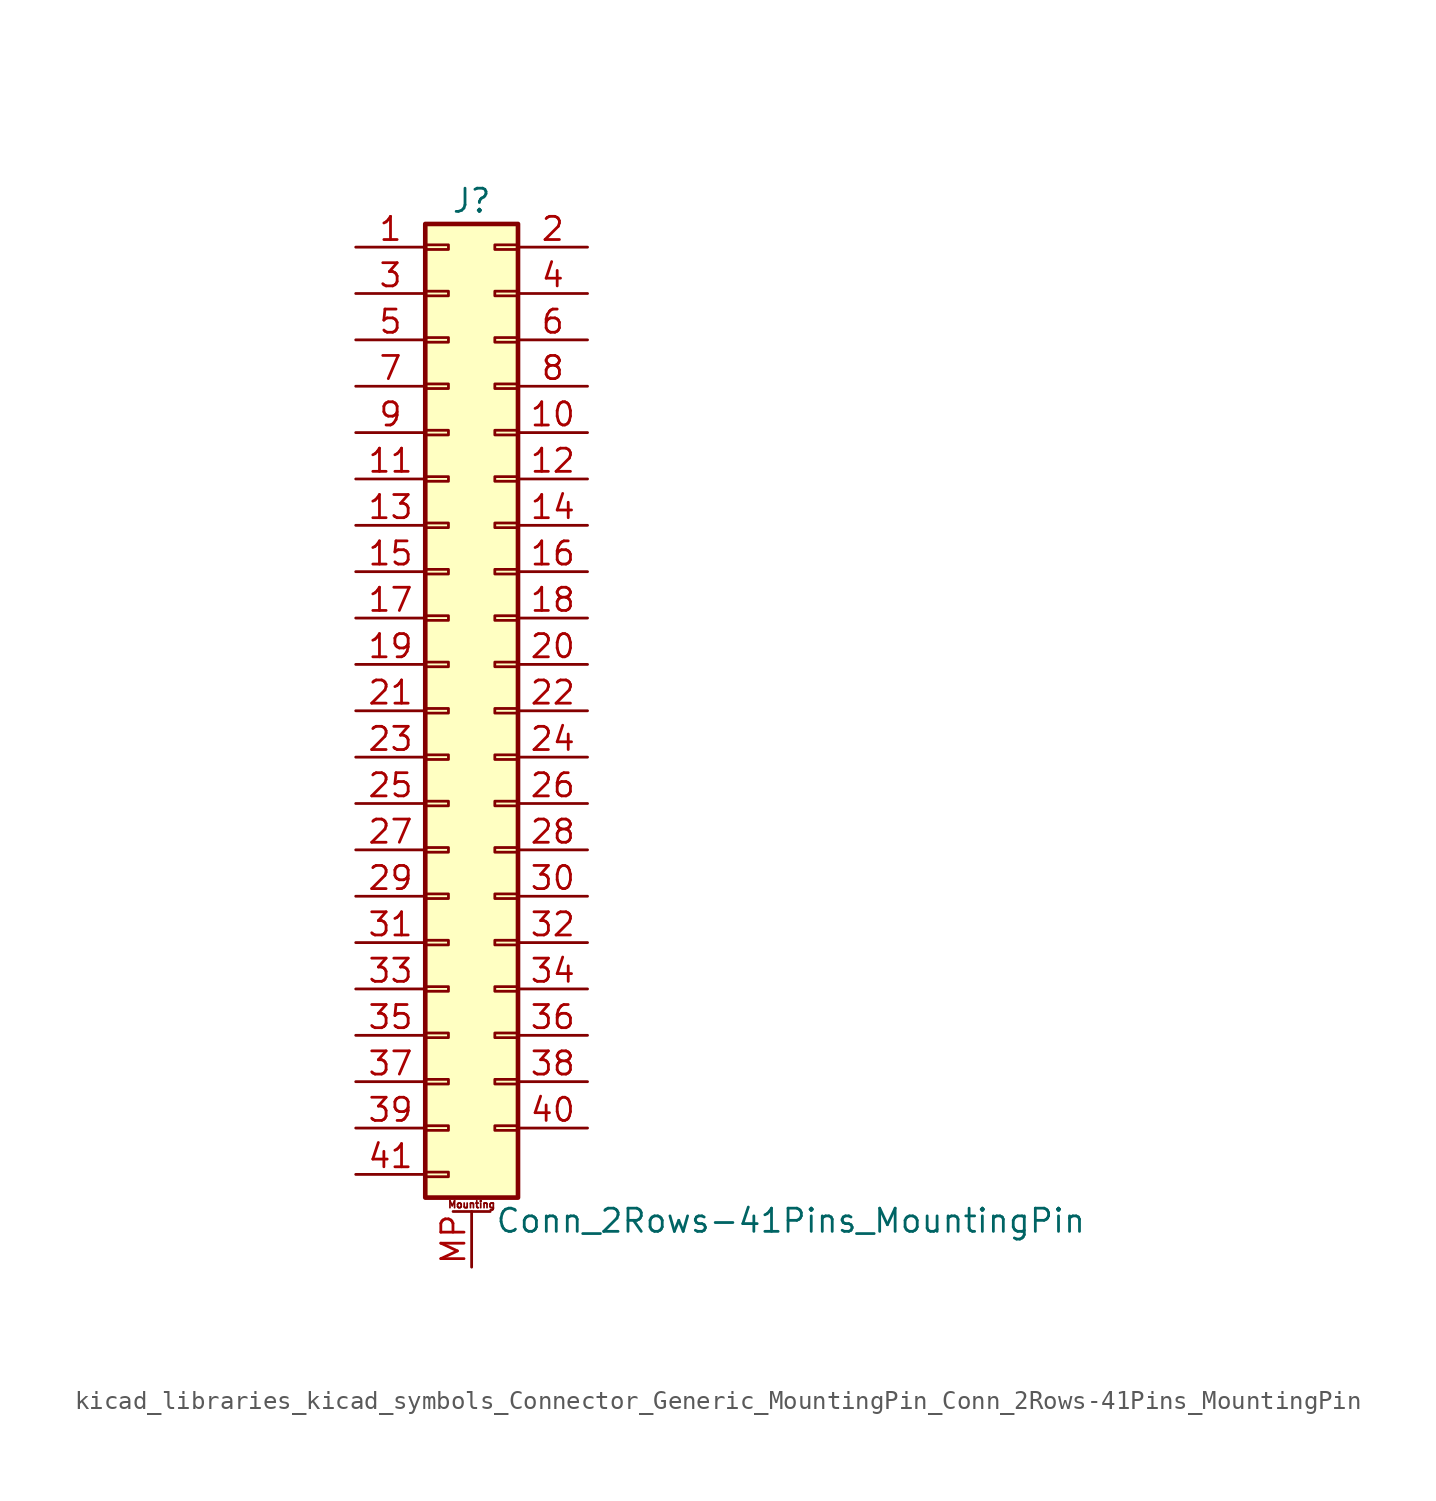
<source format=kicad_sym>
(kicad_symbol_lib
  (version 20220914)
  (generator kicad_symbol_editor)
  (symbol "kicad_libraries_kicad_symbols_Connector_Generic_MountingPin_Conn_2Rows-41Pins_MountingPin"
    (pin_names
      (offset 1.016) hide)
    (property "Reference" "J"
      (at 1.27 27.94 0)
      (effects (font (size 1.27 1.27))))
    (property "Value" "Conn_2Rows-41Pins_MountingPin"
      (at 2.54 -27.94 0)
      (effects (font (size 1.27 1.27)) (justify left)))
    (symbol "kicad_libraries_kicad_symbols_Connector_Generic_MountingPin_Conn_2Rows-41Pins_MountingPin_1_1"
      (rectangle (start -1.27 -25.273) (end 0 -25.527) (stroke (width 0.152) (type default)) (fill (type none)))
      (rectangle (start -1.27 -22.733) (end 0 -22.987) (stroke (width 0.152) (type default)) (fill (type none)))
      (rectangle (start -1.27 -20.193) (end 0 -20.447) (stroke (width 0.152) (type default)) (fill (type none)))
      (rectangle (start -1.27 -17.653) (end 0 -17.907) (stroke (width 0.152) (type default)) (fill (type none)))
      (rectangle (start -1.27 -15.113) (end 0 -15.367) (stroke (width 0.152) (type default)) (fill (type none)))
      (rectangle (start -1.27 -12.573) (end 0 -12.827) (stroke (width 0.152) (type default)) (fill (type none)))
      (rectangle (start -1.27 -10.033) (end 0 -10.287) (stroke (width 0.152) (type default)) (fill (type none)))
      (rectangle (start -1.27 -7.493) (end 0 -7.747) (stroke (width 0.152) (type default)) (fill (type none)))
      (rectangle (start -1.27 -4.953) (end 0 -5.207) (stroke (width 0.152) (type default)) (fill (type none)))
      (rectangle (start -1.27 -2.413) (end 0 -2.667) (stroke (width 0.152) (type default)) (fill (type none)))
      (rectangle (start -1.27 0.127) (end 0 -0.127) (stroke (width 0.152) (type default)) (fill (type none)))
      (rectangle (start -1.27 2.667) (end 0 2.413) (stroke (width 0.152) (type default)) (fill (type none)))
      (rectangle (start -1.27 5.207) (end 0 4.953) (stroke (width 0.152) (type default)) (fill (type none)))
      (rectangle (start -1.27 7.747) (end 0 7.493) (stroke (width 0.152) (type default)) (fill (type none)))
      (rectangle (start -1.27 10.287) (end 0 10.033) (stroke (width 0.152) (type default)) (fill (type none)))
      (rectangle (start -1.27 12.827) (end 0 12.573) (stroke (width 0.152) (type default)) (fill (type none)))
      (rectangle (start -1.27 15.367) (end 0 15.113) (stroke (width 0.152) (type default)) (fill (type none)))
      (rectangle (start -1.27 17.907) (end 0 17.653) (stroke (width 0.152) (type default)) (fill (type none)))
      (rectangle (start -1.27 20.447) (end 0 20.193) (stroke (width 0.152) (type default)) (fill (type none)))
      (rectangle (start -1.27 22.987) (end 0 22.733) (stroke (width 0.152) (type default)) (fill (type none)))
      (rectangle (start -1.27 25.527) (end 0 25.273) (stroke (width 0.152) (type default)) (fill (type none)))
      (rectangle (start -1.27 26.67) (end 3.81 -26.67) (stroke (width 0.254) (type default)) (fill (type background)))
      (polyline (pts (xy 0.254 -27.432) (xy 2.286 -27.432)) (stroke (width 0.152) (type default)) (fill (type none)))
      (rectangle (start 3.81 -22.733) (end 2.54 -22.987) (stroke (width 0.152) (type default)) (fill (type none)))
      (rectangle (start 3.81 -20.193) (end 2.54 -20.447) (stroke (width 0.152) (type default)) (fill (type none)))
      (rectangle (start 3.81 -17.653) (end 2.54 -17.907) (stroke (width 0.152) (type default)) (fill (type none)))
      (rectangle (start 3.81 -15.113) (end 2.54 -15.367) (stroke (width 0.152) (type default)) (fill (type none)))
      (rectangle (start 3.81 -12.573) (end 2.54 -12.827) (stroke (width 0.152) (type default)) (fill (type none)))
      (rectangle (start 3.81 -10.033) (end 2.54 -10.287) (stroke (width 0.152) (type default)) (fill (type none)))
      (rectangle (start 3.81 -7.493) (end 2.54 -7.747) (stroke (width 0.152) (type default)) (fill (type none)))
      (rectangle (start 3.81 -4.953) (end 2.54 -5.207) (stroke (width 0.152) (type default)) (fill (type none)))
      (rectangle (start 3.81 -2.413) (end 2.54 -2.667) (stroke (width 0.152) (type default)) (fill (type none)))
      (rectangle (start 3.81 0.127) (end 2.54 -0.127) (stroke (width 0.152) (type default)) (fill (type none)))
      (rectangle (start 3.81 2.667) (end 2.54 2.413) (stroke (width 0.152) (type default)) (fill (type none)))
      (rectangle (start 3.81 5.207) (end 2.54 4.953) (stroke (width 0.152) (type default)) (fill (type none)))
      (rectangle (start 3.81 7.747) (end 2.54 7.493) (stroke (width 0.152) (type default)) (fill (type none)))
      (rectangle (start 3.81 10.287) (end 2.54 10.033) (stroke (width 0.152) (type default)) (fill (type none)))
      (rectangle (start 3.81 12.827) (end 2.54 12.573) (stroke (width 0.152) (type default)) (fill (type none)))
      (rectangle (start 3.81 15.367) (end 2.54 15.113) (stroke (width 0.152) (type default)) (fill (type none)))
      (rectangle (start 3.81 17.907) (end 2.54 17.653) (stroke (width 0.152) (type default)) (fill (type none)))
      (rectangle (start 3.81 20.447) (end 2.54 20.193) (stroke (width 0.152) (type default)) (fill (type none)))
      (rectangle (start 3.81 22.987) (end 2.54 22.733) (stroke (width 0.152) (type default)) (fill (type none)))
      (rectangle (start 3.81 25.527) (end 2.54 25.273) (stroke (width 0.152) (type default)) (fill (type none)))
      (text "Mounting" (at 1.27 -27.051 0) (effects (font (size 0.381 0.381))))
      (pin passive line (at -5.08 25.4 0) (length 3.81) (name "Pin_1" (effects (font (size 1.27 1.27)))) (number "1" (effects (font (size 1.27 1.27)))))
      (pin passive line (at 7.62 15.24 180) (length 3.81) (name "Pin_10" (effects (font (size 1.27 1.27)))) (number "10" (effects (font (size 1.27 1.27)))))
      (pin passive line (at -5.08 12.7 0) (length 3.81) (name "Pin_11" (effects (font (size 1.27 1.27)))) (number "11" (effects (font (size 1.27 1.27)))))
      (pin passive line (at 7.62 12.7 180) (length 3.81) (name "Pin_12" (effects (font (size 1.27 1.27)))) (number "12" (effects (font (size 1.27 1.27)))))
      (pin passive line (at -5.08 10.16 0) (length 3.81) (name "Pin_13" (effects (font (size 1.27 1.27)))) (number "13" (effects (font (size 1.27 1.27)))))
      (pin passive line (at 7.62 10.16 180) (length 3.81) (name "Pin_14" (effects (font (size 1.27 1.27)))) (number "14" (effects (font (size 1.27 1.27)))))
      (pin passive line (at -5.08 7.62 0) (length 3.81) (name "Pin_15" (effects (font (size 1.27 1.27)))) (number "15" (effects (font (size 1.27 1.27)))))
      (pin passive line (at 7.62 7.62 180) (length 3.81) (name "Pin_16" (effects (font (size 1.27 1.27)))) (number "16" (effects (font (size 1.27 1.27)))))
      (pin passive line (at -5.08 5.08 0) (length 3.81) (name "Pin_17" (effects (font (size 1.27 1.27)))) (number "17" (effects (font (size 1.27 1.27)))))
      (pin passive line (at 7.62 5.08 180) (length 3.81) (name "Pin_18" (effects (font (size 1.27 1.27)))) (number "18" (effects (font (size 1.27 1.27)))))
      (pin passive line (at -5.08 2.54 0) (length 3.81) (name "Pin_19" (effects (font (size 1.27 1.27)))) (number "19" (effects (font (size 1.27 1.27)))))
      (pin passive line (at 7.62 25.4 180) (length 3.81) (name "Pin_2" (effects (font (size 1.27 1.27)))) (number "2" (effects (font (size 1.27 1.27)))))
      (pin passive line (at 7.62 2.54 180) (length 3.81) (name "Pin_20" (effects (font (size 1.27 1.27)))) (number "20" (effects (font (size 1.27 1.27)))))
      (pin passive line (at -5.08 0 0) (length 3.81) (name "Pin_21" (effects (font (size 1.27 1.27)))) (number "21" (effects (font (size 1.27 1.27)))))
      (pin passive line (at 7.62 0 180) (length 3.81) (name "Pin_22" (effects (font (size 1.27 1.27)))) (number "22" (effects (font (size 1.27 1.27)))))
      (pin passive line (at -5.08 -2.54 0) (length 3.81) (name "Pin_23" (effects (font (size 1.27 1.27)))) (number "23" (effects (font (size 1.27 1.27)))))
      (pin passive line (at 7.62 -2.54 180) (length 3.81) (name "Pin_24" (effects (font (size 1.27 1.27)))) (number "24" (effects (font (size 1.27 1.27)))))
      (pin passive line (at -5.08 -5.08 0) (length 3.81) (name "Pin_25" (effects (font (size 1.27 1.27)))) (number "25" (effects (font (size 1.27 1.27)))))
      (pin passive line (at 7.62 -5.08 180) (length 3.81) (name "Pin_26" (effects (font (size 1.27 1.27)))) (number "26" (effects (font (size 1.27 1.27)))))
      (pin passive line (at -5.08 -7.62 0) (length 3.81) (name "Pin_27" (effects (font (size 1.27 1.27)))) (number "27" (effects (font (size 1.27 1.27)))))
      (pin passive line (at 7.62 -7.62 180) (length 3.81) (name "Pin_28" (effects (font (size 1.27 1.27)))) (number "28" (effects (font (size 1.27 1.27)))))
      (pin passive line (at -5.08 -10.16 0) (length 3.81) (name "Pin_29" (effects (font (size 1.27 1.27)))) (number "29" (effects (font (size 1.27 1.27)))))
      (pin passive line (at -5.08 22.86 0) (length 3.81) (name "Pin_3" (effects (font (size 1.27 1.27)))) (number "3" (effects (font (size 1.27 1.27)))))
      (pin passive line (at 7.62 -10.16 180) (length 3.81) (name "Pin_30" (effects (font (size 1.27 1.27)))) (number "30" (effects (font (size 1.27 1.27)))))
      (pin passive line (at -5.08 -12.7 0) (length 3.81) (name "Pin_31" (effects (font (size 1.27 1.27)))) (number "31" (effects (font (size 1.27 1.27)))))
      (pin passive line (at 7.62 -12.7 180) (length 3.81) (name "Pin_32" (effects (font (size 1.27 1.27)))) (number "32" (effects (font (size 1.27 1.27)))))
      (pin passive line (at -5.08 -15.24 0) (length 3.81) (name "Pin_33" (effects (font (size 1.27 1.27)))) (number "33" (effects (font (size 1.27 1.27)))))
      (pin passive line (at 7.62 -15.24 180) (length 3.81) (name "Pin_34" (effects (font (size 1.27 1.27)))) (number "34" (effects (font (size 1.27 1.27)))))
      (pin passive line (at -5.08 -17.78 0) (length 3.81) (name "Pin_35" (effects (font (size 1.27 1.27)))) (number "35" (effects (font (size 1.27 1.27)))))
      (pin passive line (at 7.62 -17.78 180) (length 3.81) (name "Pin_36" (effects (font (size 1.27 1.27)))) (number "36" (effects (font (size 1.27 1.27)))))
      (pin passive line (at -5.08 -20.32 0) (length 3.81) (name "Pin_37" (effects (font (size 1.27 1.27)))) (number "37" (effects (font (size 1.27 1.27)))))
      (pin passive line (at 7.62 -20.32 180) (length 3.81) (name "Pin_38" (effects (font (size 1.27 1.27)))) (number "38" (effects (font (size 1.27 1.27)))))
      (pin passive line (at -5.08 -22.86 0) (length 3.81) (name "Pin_39" (effects (font (size 1.27 1.27)))) (number "39" (effects (font (size 1.27 1.27)))))
      (pin passive line (at 7.62 22.86 180) (length 3.81) (name "Pin_4" (effects (font (size 1.27 1.27)))) (number "4" (effects (font (size 1.27 1.27)))))
      (pin passive line (at 7.62 -22.86 180) (length 3.81) (name "Pin_40" (effects (font (size 1.27 1.27)))) (number "40" (effects (font (size 1.27 1.27)))))
      (pin passive line (at -5.08 -25.4 0) (length 3.81) (name "Pin_41" (effects (font (size 1.27 1.27)))) (number "41" (effects (font (size 1.27 1.27)))))
      (pin passive line (at -5.08 20.32 0) (length 3.81) (name "Pin_5" (effects (font (size 1.27 1.27)))) (number "5" (effects (font (size 1.27 1.27)))))
      (pin passive line (at 7.62 20.32 180) (length 3.81) (name "Pin_6" (effects (font (size 1.27 1.27)))) (number "6" (effects (font (size 1.27 1.27)))))
      (pin passive line (at -5.08 17.78 0) (length 3.81) (name "Pin_7" (effects (font (size 1.27 1.27)))) (number "7" (effects (font (size 1.27 1.27)))))
      (pin passive line (at 7.62 17.78 180) (length 3.81) (name "Pin_8" (effects (font (size 1.27 1.27)))) (number "8" (effects (font (size 1.27 1.27)))))
      (pin passive line (at -5.08 15.24 0) (length 3.81) (name "Pin_9" (effects (font (size 1.27 1.27)))) (number "9" (effects (font (size 1.27 1.27)))))
      (pin passive line (at 1.27 -30.48 90) (length 3.048) (name "MountPin" (effects (font (size 1.27 1.27)))) (number "MP" (effects (font (size 1.27 1.27))))))))
</source>
